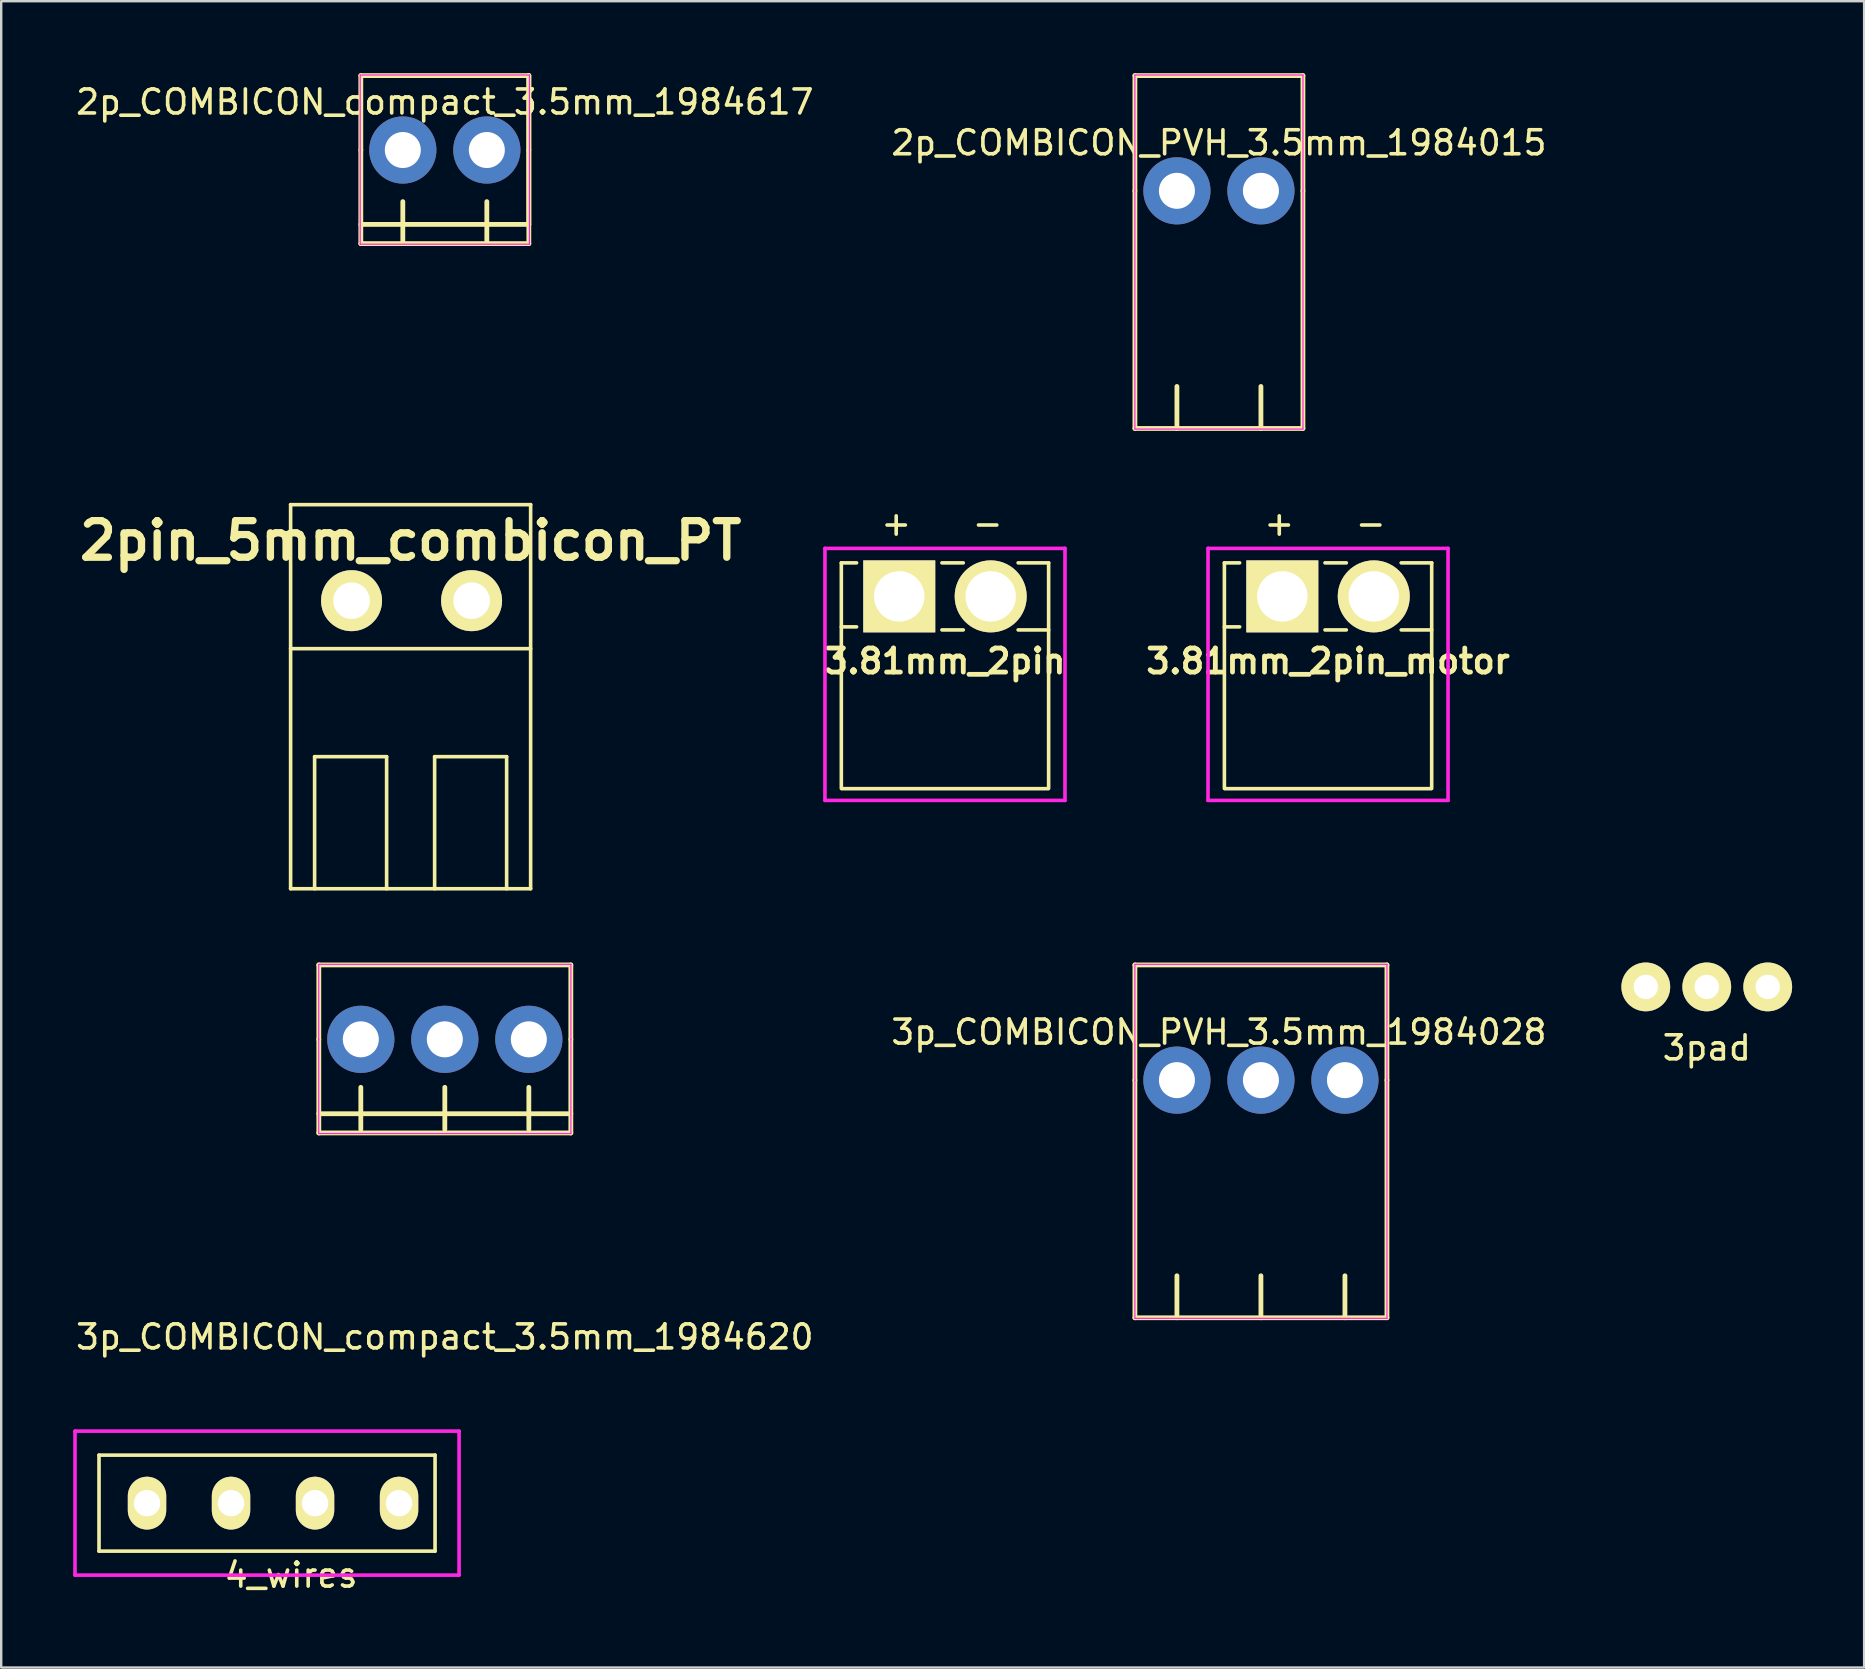
<source format=kicad_pcb>
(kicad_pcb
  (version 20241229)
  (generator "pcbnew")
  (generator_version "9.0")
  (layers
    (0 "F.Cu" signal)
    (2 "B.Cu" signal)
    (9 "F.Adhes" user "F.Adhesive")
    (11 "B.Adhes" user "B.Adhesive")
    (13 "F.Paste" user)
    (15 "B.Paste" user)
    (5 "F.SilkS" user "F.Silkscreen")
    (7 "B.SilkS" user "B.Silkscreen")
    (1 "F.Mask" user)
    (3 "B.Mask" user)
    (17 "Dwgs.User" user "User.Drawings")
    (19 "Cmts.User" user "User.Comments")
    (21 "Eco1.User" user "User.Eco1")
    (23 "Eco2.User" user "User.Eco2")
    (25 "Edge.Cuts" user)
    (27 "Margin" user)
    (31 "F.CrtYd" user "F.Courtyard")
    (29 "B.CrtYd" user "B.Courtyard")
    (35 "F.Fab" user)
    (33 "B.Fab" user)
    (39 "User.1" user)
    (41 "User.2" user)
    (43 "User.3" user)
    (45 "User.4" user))
  (footprint "2p_COMBICON_compact_3.5mm_1984617‎"
    (layer "F.Cu")
    (at 15.482 3.2)
    (property "Reference" "2p_COMBICON_compact_3.5mm_1984617‎" (at 0 -2 0) (layer "F.SilkS") (effects (font (size 1 1) (thickness 0.15))))
    (attr through_hole)
    (fp_line (start -3.5 -3.1) (end 3.5 -3.1) (stroke (width 0.2) (type solid)) (layer "F.SilkS"))
    (fp_line (start -3.5 0) (end -3.5 -3.1) (stroke (width 0.2) (type solid)) (layer "F.SilkS"))
    (fp_line (start -3.5 0) (end -3.5 3.9) (stroke (width 0.2) (type solid)) (layer "F.SilkS"))
    (fp_line (start -3.5 3.9) (end 3.5 3.9) (stroke (width 0.2) (type solid)) (layer "F.SilkS"))
    (fp_line (start -1.75 3.9) (end -1.75 2.15) (stroke (width 0.2) (type solid)) (layer "F.SilkS"))
    (fp_line (start 1.75 2.15) (end 1.75 3.9) (stroke (width 0.2) (type solid)) (layer "F.SilkS"))
    (fp_line (start 3.5 -3.1) (end 3.5 0) (stroke (width 0.2) (type solid)) (layer "F.SilkS"))
    (fp_line (start 3.5 -3.1) (end 3.5 3.1) (stroke (width 0.2) (type solid)) (layer "F.SilkS"))
    (fp_line (start 3.5 3.1) (end -3.5 3.1) (stroke (width 0.2) (type solid)) (layer "F.SilkS"))
    (fp_line (start 3.5 3.9) (end 3.5 0) (stroke (width 0.2) (type solid)) (layer "F.SilkS"))
    (fp_line (start -3.525 -3.125) (end 3.525 -3.125) (stroke (width 0.05) (type solid)) (layer "F.CrtYd"))
    (fp_line (start -3.525 0) (end -3.525 -3.125) (stroke (width 0.05) (type solid)) (layer "F.CrtYd"))
    (fp_line (start -3.525 3.925) (end -3.525 0) (stroke (width 0.05) (type solid)) (layer "F.CrtYd"))
    (fp_line (start -3.525 3.925) (end 3.525 3.925) (stroke (width 0.05) (type solid)) (layer "F.CrtYd"))
    (fp_line (start 3.525 -3.125) (end 3.525 0) (stroke (width 0.05) (type solid)) (layer "F.CrtYd"))
    (fp_line (start 3.525 0) (end 3.525 3.925) (stroke (width 0.05) (type solid)) (layer "F.CrtYd"))
    (pad "1" thru_hole circle (at -1.75 0) (size 2.8 2.8) (drill 1.5) (layers "*.Cu" "*.Mask"))
    (pad "2" thru_hole circle (at 1.75 0) (size 2.8 2.8) (drill 1.5) (layers "*.Cu" "*.Mask")))
  (footprint "3.81mm_2pin_motor"
    (layer "F.Cu")
    (at 52.278 21.796)
    (property "Reference" "3.81mm_2pin_motor" (at 0 2.7 180) (layer "F.SilkS") (effects (font (size 1.001 1.001) (thickness 0.201))))
    (attr through_hole)
    (fp_line (start -4.318 -1.397) (end -3.683 -1.397) (stroke (width 0.15) (type solid)) (layer "F.SilkS"))
    (fp_line (start -4.318 8.001) (end -4.318 -1.397) (stroke (width 0.15) (type solid)) (layer "F.SilkS"))
    (fp_line (start -4.3 8.01) (end 4.3 8.01) (stroke (width 0.15) (type solid)) (layer "F.SilkS"))
    (fp_line (start -3.683 1.27) (end -4.318 1.27) (stroke (width 0.15) (type solid)) (layer "F.SilkS"))
    (fp_line (start 0.762 -1.397) (end -0.127 -1.397) (stroke (width 0.15) (type solid)) (layer "F.SilkS"))
    (fp_line (start 0.762 1.397) (end -0.127 1.397) (stroke (width 0.15) (type solid)) (layer "F.SilkS"))
    (fp_line (start 3.048 -1.397) (end 4.318 -1.397) (stroke (width 0.15) (type solid)) (layer "F.SilkS"))
    (fp_line (start 3.048 1.397) (end 4.318 1.397) (stroke (width 0.15) (type solid)) (layer "F.SilkS"))
    (fp_line (start 4.318 -1.397) (end 4.318 8.001) (stroke (width 0.15) (type solid)) (layer "F.SilkS"))
    (fp_line (start -5 -2) (end 5 -2) (stroke (width 0.15) (type solid)) (layer "F.CrtYd"))
    (fp_line (start -5 8.5) (end -5 -2) (stroke (width 0.15) (type solid)) (layer "F.CrtYd"))
    (fp_line (start -2.505 -0.6) (end -2.505 0.6) (stroke (width 0.15) (type solid)) (layer "F.CrtYd"))
    (fp_line (start -2.505 0.6) (end -1.305 0.6) (stroke (width 0.15) (type solid)) (layer "F.CrtYd"))
    (fp_line (start -1.305 -0.6) (end -2.505 -0.6) (stroke (width 0.15) (type solid)) (layer "F.CrtYd"))
    (fp_line (start -1.305 0.6) (end -1.305 -0.6) (stroke (width 0.15) (type solid)) (layer "F.CrtYd"))
    (fp_line (start 1.305 -0.6) (end 1.305 0.6) (stroke (width 0.15) (type solid)) (layer "F.CrtYd"))
    (fp_line (start 1.305 0.6) (end 2.505 0.6) (stroke (width 0.15) (type solid)) (layer "F.CrtYd"))
    (fp_line (start 2.505 -0.6) (end 1.305 -0.6) (stroke (width 0.15) (type solid)) (layer "F.CrtYd"))
    (fp_line (start 2.505 0.6) (end 2.505 -0.6) (stroke (width 0.15) (type solid)) (layer "F.CrtYd"))
    (fp_line (start 5 -2) (end 5 8.5) (stroke (width 0.15) (type solid)) (layer "F.CrtYd"))
    (fp_line (start 5 8.5) (end -5 8.5) (stroke (width 0.15) (type solid)) (layer "F.CrtYd"))
    (fp_text user "+" (at -2.032 -3.048 0) (layer "F.SilkS") (effects (font (size 1 1) (thickness 0.15))))
    (fp_text user "-" (at 1.778 -3.048 0) (layer "F.SilkS") (effects (font (size 1 1) (thickness 0.15))))
    (pad "1" thru_hole rect (at -1.905 0) (size 3 3) (drill 2.1) (layers "*.Cu" "*.Mask" "F.SilkS"))
    (pad "2" thru_hole circle (at 1.905 0) (size 3 3) (drill 2.1) (layers "*.Cu" "*.Mask" "F.SilkS")))
  (footprint "3.81mm_2pin"
    (layer "F.Cu")
    (at 36.319 21.796)
    (property "Reference" "3.81mm_2pin" (at 0 2.7 180) (layer "F.SilkS") (effects (font (size 1.001 1.001) (thickness 0.201))))
    (attr through_hole)
    (fp_line (start -4.318 -1.397) (end -3.683 -1.397) (stroke (width 0.15) (type solid)) (layer "F.SilkS"))
    (fp_line (start -4.318 8.001) (end -4.318 -1.397) (stroke (width 0.15) (type solid)) (layer "F.SilkS"))
    (fp_line (start -4.3 8.01) (end 4.3 8.01) (stroke (width 0.15) (type solid)) (layer "F.SilkS"))
    (fp_line (start -3.683 1.27) (end -4.318 1.27) (stroke (width 0.15) (type solid)) (layer "F.SilkS"))
    (fp_line (start 0.762 -1.397) (end -0.127 -1.397) (stroke (width 0.15) (type solid)) (layer "F.SilkS"))
    (fp_line (start 0.762 1.397) (end -0.127 1.397) (stroke (width 0.15) (type solid)) (layer "F.SilkS"))
    (fp_line (start 3.048 -1.397) (end 4.318 -1.397) (stroke (width 0.15) (type solid)) (layer "F.SilkS"))
    (fp_line (start 3.048 1.397) (end 4.318 1.397) (stroke (width 0.15) (type solid)) (layer "F.SilkS"))
    (fp_line (start 4.318 -1.397) (end 4.318 8.001) (stroke (width 0.15) (type solid)) (layer "F.SilkS"))
    (fp_line (start -5 -2) (end 5 -2) (stroke (width 0.15) (type solid)) (layer "F.CrtYd"))
    (fp_line (start -5 8.5) (end -5 -2) (stroke (width 0.15) (type solid)) (layer "F.CrtYd"))
    (fp_line (start -2.505 -0.6) (end -2.505 0.6) (stroke (width 0.15) (type solid)) (layer "F.CrtYd"))
    (fp_line (start -2.505 0.6) (end -1.305 0.6) (stroke (width 0.15) (type solid)) (layer "F.CrtYd"))
    (fp_line (start -1.305 -0.6) (end -2.505 -0.6) (stroke (width 0.15) (type solid)) (layer "F.CrtYd"))
    (fp_line (start -1.305 0.6) (end -1.305 -0.6) (stroke (width 0.15) (type solid)) (layer "F.CrtYd"))
    (fp_line (start 1.305 -0.6) (end 1.305 0.6) (stroke (width 0.15) (type solid)) (layer "F.CrtYd"))
    (fp_line (start 1.305 0.6) (end 2.505 0.6) (stroke (width 0.15) (type solid)) (layer "F.CrtYd"))
    (fp_line (start 2.505 -0.6) (end 1.305 -0.6) (stroke (width 0.15) (type solid)) (layer "F.CrtYd"))
    (fp_line (start 2.505 0.6) (end 2.505 -0.6) (stroke (width 0.15) (type solid)) (layer "F.CrtYd"))
    (fp_line (start 5 -2) (end 5 8.5) (stroke (width 0.15) (type solid)) (layer "F.CrtYd"))
    (fp_line (start 5 8.5) (end -5 8.5) (stroke (width 0.15) (type solid)) (layer "F.CrtYd"))
    (fp_text user "-" (at 1.778 -3.048 0) (layer "F.SilkS") (effects (font (size 1 1) (thickness 0.15))))
    (fp_text user "+" (at -2.032 -3.048 0) (layer "F.SilkS") (effects (font (size 1 1) (thickness 0.15))))
    (pad "1" thru_hole rect (at -1.905 0) (size 3 3) (drill 2.1) (layers "*.Cu" "*.Mask" "F.SilkS"))
    (pad "2" thru_hole circle (at 1.905 0) (size 3 3) (drill 2.1) (layers "*.Cu" "*.Mask" "F.SilkS")))
  (footprint "3p_COMBICON_compact_3.5mm_1984620"
    (layer "F.Cu")
    (at 15.482 40.25)
    (property "Reference" "3p_COMBICON_compact_3.5mm_1984620" (at 0 12.4 0) (layer "F.SilkS") (effects (font (size 1 1) (thickness 0.15))))
    (attr through_hole)
    (fp_line (start -5.25 -3.1) (end 5.25 -3.1) (stroke (width 0.2) (type solid)) (layer "F.SilkS"))
    (fp_line (start -5.25 0) (end -5.25 -3.1) (stroke (width 0.2) (type solid)) (layer "F.SilkS"))
    (fp_line (start -5.25 0) (end -5.25 3.9) (stroke (width 0.2) (type solid)) (layer "F.SilkS"))
    (fp_line (start -5.25 3.1) (end 5.25 3.1) (stroke (width 0.2) (type solid)) (layer "F.SilkS"))
    (fp_line (start -5.25 3.9) (end 5.25 3.9) (stroke (width 0.2) (type solid)) (layer "F.SilkS"))
    (fp_line (start -3.5 3.75) (end -3.5 2) (stroke (width 0.2) (type solid)) (layer "F.SilkS"))
    (fp_line (start 0 2) (end 0 3.75) (stroke (width 0.2) (type solid)) (layer "F.SilkS"))
    (fp_line (start 3.5 2) (end 3.5 3.75) (stroke (width 0.2) (type solid)) (layer "F.SilkS"))
    (fp_line (start 5.25 -3.1) (end 5.25 0) (stroke (width 0.2) (type solid)) (layer "F.SilkS"))
    (fp_line (start 5.25 3.9) (end 5.25 0) (stroke (width 0.2) (type solid)) (layer "F.SilkS"))
    (fp_line (start -5.253 -3.125) (end 5.253 -3.125) (stroke (width 0.05) (type solid)) (layer "F.CrtYd"))
    (fp_line (start -5.253 0) (end -5.253 -3.125) (stroke (width 0.05) (type solid)) (layer "F.CrtYd"))
    (fp_line (start -5.253 3.925) (end -5.253 0) (stroke (width 0.05) (type solid)) (layer "F.CrtYd"))
    (fp_line (start 5.253 -3.125) (end 5.253 0) (stroke (width 0.05) (type solid)) (layer "F.CrtYd"))
    (fp_line (start 5.253 0) (end 5.253 3.925) (stroke (width 0.05) (type solid)) (layer "F.CrtYd"))
    (fp_line (start 5.253 3.925) (end -5.253 3.925) (stroke (width 0.05) (type solid)) (layer "F.CrtYd"))
    (pad "1" thru_hole circle (at -3.5 0) (size 2.8 2.8) (drill 1.5) (layers "*.Cu" "*.Mask"))
    (pad "2" thru_hole circle (at 0 0) (size 2.8 2.8) (drill 1.5) (layers "*.Cu" "*.Mask"))
    (pad "3" thru_hole circle (at 3.5 0) (size 2.8 2.8) (drill 1.5) (layers "*.Cu" "*.Mask")))
  (footprint "2p_COMBICON_PVH_3.5mm_1984015"
    (layer "F.Cu")
    (at 49.482 4.9)
    (property "Reference" "2p_COMBICON_PVH_3.5mm_1984015" (at -1.75 -2 0) (layer "F.SilkS") (effects (font (size 1 1) (thickness 0.15))))
    (attr through_hole)
    (fp_line (start -5.25 -4.8) (end -5.25 0) (stroke (width 0.2) (type solid)) (layer "F.SilkS"))
    (fp_line (start -5.25 -4.8) (end 1.75 -4.8) (stroke (width 0.2) (type solid)) (layer "F.SilkS"))
    (fp_line (start -5.25 0) (end -5.25 9.9) (stroke (width 0.2) (type solid)) (layer "F.SilkS"))
    (fp_line (start -3.5 9.9) (end -3.5 8.15) (stroke (width 0.2) (type solid)) (layer "F.SilkS"))
    (fp_line (start 0 8.15) (end 0 9.9) (stroke (width 0.2) (type solid)) (layer "F.SilkS"))
    (fp_line (start 1.75 -4.8) (end 1.75 0) (stroke (width 0.2) (type solid)) (layer "F.SilkS"))
    (fp_line (start 1.75 0) (end 1.75 9.9) (stroke (width 0.2) (type solid)) (layer "F.SilkS"))
    (fp_line (start 1.75 9.9) (end -5.25 9.9) (stroke (width 0.2) (type solid)) (layer "F.SilkS"))
    (fp_line (start -5.255 -4.825) (end 1.752 -4.825) (stroke (width 0.05) (type solid)) (layer "F.CrtYd"))
    (fp_line (start -5.25 -4.825) (end -5.25 0) (stroke (width 0.05) (type solid)) (layer "F.CrtYd"))
    (fp_line (start -5.25 0) (end -5.25 9.925) (stroke (width 0.05) (type solid)) (layer "F.CrtYd"))
    (fp_line (start 1.752 -4.825) (end 1.752 0) (stroke (width 0.05) (type solid)) (layer "F.CrtYd"))
    (fp_line (start 1.752 0) (end 1.752 9.925) (stroke (width 0.05) (type solid)) (layer "F.CrtYd"))
    (fp_line (start 1.752 9.925) (end -5.25 9.925) (stroke (width 0.05) (type solid)) (layer "F.CrtYd"))
    (pad "1" thru_hole circle (at -3.5 0) (size 2.8 2.8) (drill 1.5) (layers "*.Cu" "*.Mask"))
    (pad "2" thru_hole circle (at 0 0) (size 2.8 2.8) (drill 1.5) (layers "*.Cu" "*.Mask")))
  (footprint "3pad"
    (layer "F.Cu")
    (at 68.056 38.066)
    (property "Reference" "3pad" (at 0 2.54 0) (layer "F.SilkS") (effects (font (size 1 1) (thickness 0.15))))
    (attr through_hole)
    (pad "1" thru_hole circle (at -2.54 0) (size 2.032 2.032) (drill 1.016) (layers "*.Cu" "*.Mask" "F.SilkS"))
    (pad "1" thru_hole circle (at 0 0) (size 2.032 2.032) (drill 1.016) (layers "*.Cu" "*.Mask" "F.SilkS"))
    (pad "1" thru_hole circle (at 2.54 0) (size 2.032 2.032) (drill 1.016) (layers "*.Cu" "*.Mask" "F.SilkS")))
  (footprint "4_wires"
    (layer "F.Cu")
    (at 3.075 59.573)
    (property "Reference" "4_wires" (at 6 3 0) (layer "F.SilkS") (effects (font (size 1 1) (thickness 0.15))))
    (attr through_hole)
    (fp_line (start -2 -2) (end -2 2) (stroke (width 0.15) (type solid)) (layer "F.SilkS"))
    (fp_line (start -2 2) (end 12 2) (stroke (width 0.15) (type solid)) (layer "F.SilkS"))
    (fp_line (start 12 -2) (end -2 -2) (stroke (width 0.15) (type solid)) (layer "F.SilkS"))
    (fp_line (start 12 2) (end 12 -2) (stroke (width 0.15) (type solid)) (layer "F.SilkS"))
    (fp_line (start -3 -3) (end 13 -3) (stroke (width 0.15) (type solid)) (layer "F.CrtYd"))
    (fp_line (start -3 3) (end -3 -3) (stroke (width 0.15) (type solid)) (layer "F.CrtYd"))
    (fp_line (start 13 -3) (end 13 3) (stroke (width 0.15) (type solid)) (layer "F.CrtYd"))
    (fp_line (start 13 3) (end -3 3) (stroke (width 0.15) (type solid)) (layer "F.CrtYd"))
    (pad "1" thru_hole oval (at 0 0) (size 1.6 2.2) (drill 1.1) (layers "*.Cu" "*.Mask" "F.SilkS"))
    (pad "2" thru_hole oval (at 3.5 0) (size 1.6 2.2) (drill 1.1) (layers "*.Cu" "*.Mask" "F.SilkS"))
    (pad "3" thru_hole oval (at 7 0) (size 1.6 2.2) (drill 1.1) (layers "*.Cu" "*.Mask" "F.SilkS"))
    (pad "4" thru_hole oval (at 10.5 0) (size 1.6 2.2) (drill 1.1) (layers "*.Cu" "*.Mask" "F.SilkS")))
  (footprint "2pin_5mm_combicon_PT"
    (layer "F.Cu")
    (at 14.057 21.975)
    (property "Reference" "2pin_5mm_combicon_PT" (at 0 -2.5 0) (layer "F.SilkS") (effects (font (size 1.524 1.524) (thickness 0.305))))
    (attr through_hole)
    (fp_line (start -5 -4) (end -5 12) (stroke (width 0.15) (type solid)) (layer "F.SilkS"))
    (fp_line (start -5 2) (end 5 2) (stroke (width 0.15) (type solid)) (layer "F.SilkS"))
    (fp_line (start -5 12) (end 5 12) (stroke (width 0.15) (type solid)) (layer "F.SilkS"))
    (fp_line (start -4 6.5) (end -1 6.5) (stroke (width 0.15) (type solid)) (layer "F.SilkS"))
    (fp_line (start -4 12) (end -4 6.5) (stroke (width 0.15) (type solid)) (layer "F.SilkS"))
    (fp_line (start -1 6.5) (end -1 12) (stroke (width 0.15) (type solid)) (layer "F.SilkS"))
    (fp_line (start 1 6.5) (end 1 12) (stroke (width 0.15) (type solid)) (layer "F.SilkS"))
    (fp_line (start 4 6.5) (end 1 6.5) (stroke (width 0.15) (type solid)) (layer "F.SilkS"))
    (fp_line (start 4 12) (end 4 6.5) (stroke (width 0.15) (type solid)) (layer "F.SilkS"))
    (fp_line (start 5 -4) (end -5 -4) (stroke (width 0.15) (type solid)) (layer "F.SilkS"))
    (fp_line (start 5 12) (end 5 -4) (stroke (width 0.15) (type solid)) (layer "F.SilkS"))
    (pad "1" thru_hole circle (at -2.461 0) (size 2.54 2.54) (drill 1.524) (layers "*.Cu" "*.Mask" "F.SilkS"))
    (pad "2" thru_hole circle (at 2.54 0) (size 2.54 2.54) (drill 1.524) (layers "*.Cu" "*.Mask" "F.SilkS")))
  (footprint "3p_COMBICON_PVH_3.5mm_1984028"
    (layer "F.Cu")
    (at 49.482 41.95)
    (property "Reference" "3p_COMBICON_PVH_3.5mm_1984028" (at -1.75 -2 0) (layer "F.SilkS") (effects (font (size 1 1) (thickness 0.15))))
    (attr through_hole)
    (fp_line (start -5.25 -4.8) (end -5.25 0) (stroke (width 0.2) (type solid)) (layer "F.SilkS"))
    (fp_line (start -5.25 -4.8) (end 5.25 -4.8) (stroke (width 0.2) (type solid)) (layer "F.SilkS"))
    (fp_line (start -5.25 0) (end -5.25 9.9) (stroke (width 0.2) (type solid)) (layer "F.SilkS"))
    (fp_line (start -5.25 9.9) (end 5.25 9.9) (stroke (width 0.2) (type solid)) (layer "F.SilkS"))
    (fp_line (start -3.5 9.9) (end -3.5 8.15) (stroke (width 0.2) (type solid)) (layer "F.SilkS"))
    (fp_line (start 0 8.15) (end 0 9.9) (stroke (width 0.2) (type solid)) (layer "F.SilkS"))
    (fp_line (start 3.5 8.15) (end 3.5 9.9) (stroke (width 0.2) (type solid)) (layer "F.SilkS"))
    (fp_line (start 5.25 -4.8) (end 5.25 0) (stroke (width 0.2) (type solid)) (layer "F.SilkS"))
    (fp_line (start 5.25 0) (end 5.25 9.9) (stroke (width 0.2) (type solid)) (layer "F.SilkS"))
    (fp_line (start -5.255 -4.825) (end 5.25 -4.825) (stroke (width 0.05) (type solid)) (layer "F.CrtYd"))
    (fp_line (start -5.25 -4.825) (end -5.25 0) (stroke (width 0.05) (type solid)) (layer "F.CrtYd"))
    (fp_line (start -5.25 0) (end -5.25 9.925) (stroke (width 0.05) (type solid)) (layer "F.CrtYd"))
    (fp_line (start 5.25 -4.825) (end 5.25 0) (stroke (width 0.05) (type solid)) (layer "F.CrtYd"))
    (fp_line (start 5.25 0) (end 5.25 9.925) (stroke (width 0.05) (type solid)) (layer "F.CrtYd"))
    (fp_line (start 5.255 9.925) (end -5.25 9.925) (stroke (width 0.05) (type solid)) (layer "F.CrtYd"))
    (pad "1" thru_hole circle (at -3.5 0) (size 2.8 2.8) (drill 1.5) (layers "*.Cu" "*.Mask"))
    (pad "2" thru_hole circle (at 0 0) (size 2.8 2.8) (drill 1.5) (layers "*.Cu" "*.Mask"))
    (pad "3" thru_hole circle (at 3.5 0) (size 2.8 2.8) (drill 1.5) (layers "*.Cu" "*.Mask")))
  (gr_rect
    (start -3 -3)
    (end 74.612 66.421)
    (stroke (width 0.1) (type default))
    (fill no)
    (layer "Edge.Cuts")))
</source>
